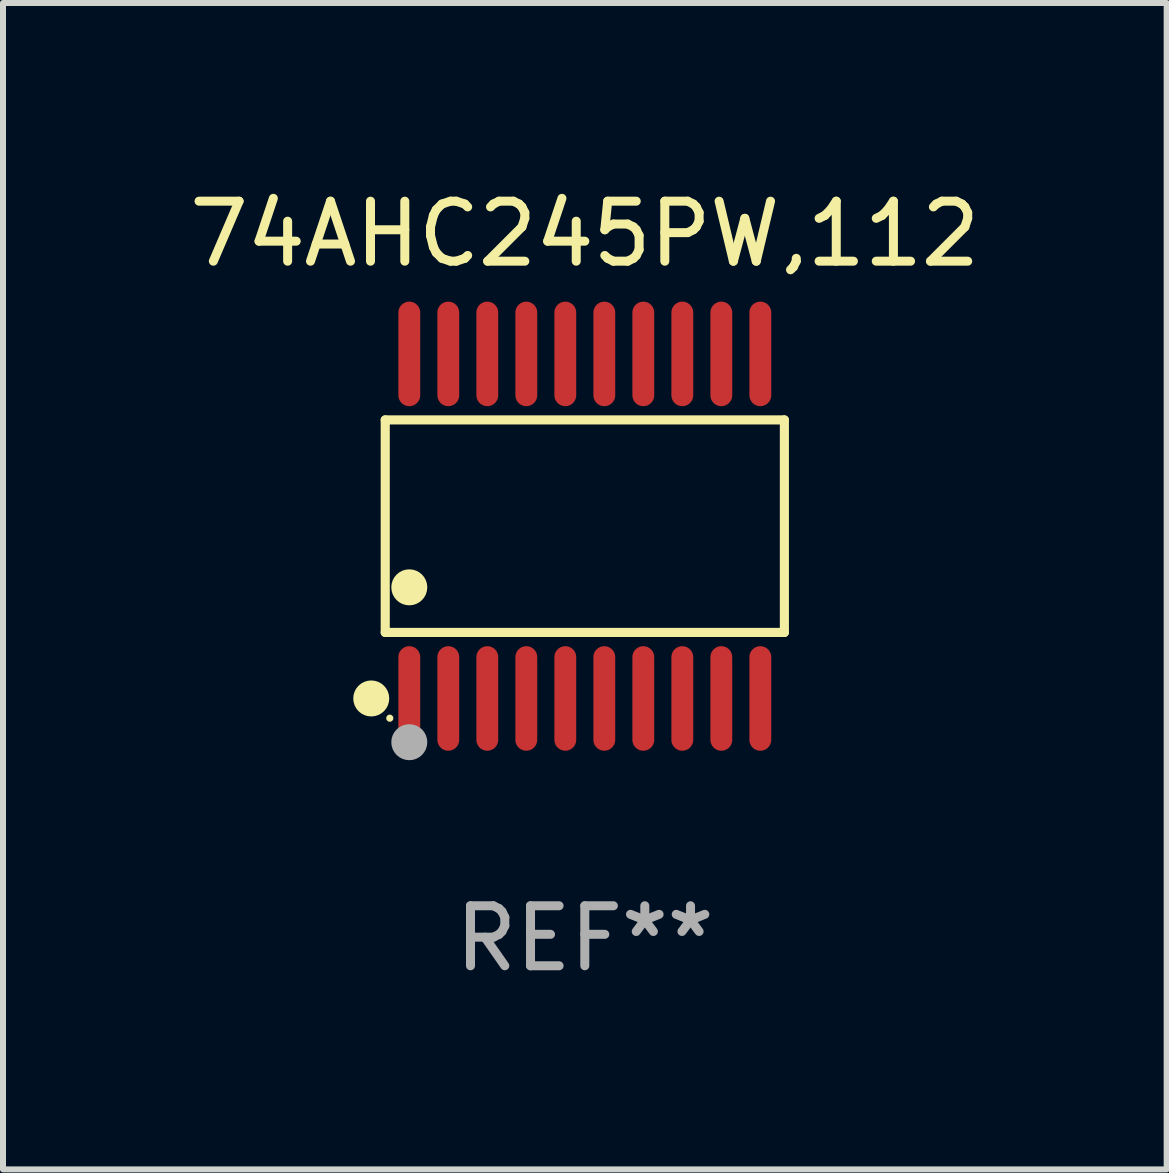
<source format=kicad_pcb>
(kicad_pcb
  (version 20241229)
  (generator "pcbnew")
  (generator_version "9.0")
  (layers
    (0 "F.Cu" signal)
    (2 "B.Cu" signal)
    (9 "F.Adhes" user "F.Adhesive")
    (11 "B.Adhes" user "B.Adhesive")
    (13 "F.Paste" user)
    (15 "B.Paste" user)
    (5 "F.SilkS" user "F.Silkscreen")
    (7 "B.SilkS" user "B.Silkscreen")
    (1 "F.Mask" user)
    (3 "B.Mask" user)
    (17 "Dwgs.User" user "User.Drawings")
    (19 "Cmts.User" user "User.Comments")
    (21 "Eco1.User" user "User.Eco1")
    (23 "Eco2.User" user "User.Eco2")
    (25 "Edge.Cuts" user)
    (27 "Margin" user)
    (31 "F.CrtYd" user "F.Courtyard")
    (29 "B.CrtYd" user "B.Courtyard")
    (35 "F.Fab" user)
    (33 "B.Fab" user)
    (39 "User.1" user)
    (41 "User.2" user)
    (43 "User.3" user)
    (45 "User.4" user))
  (footprint "74AHC245PW,112"
    (layer "F.Cu")
    (at 6.696 5.719)
    (property "Reference" "74AHC245PW,112" (at 0 -4.871 0) (layer "F.SilkS") (effects (font (size 1 1) (thickness 0.15))))
    (attr through_hole)
    (fp_line (start -3.326 -1.771) (end 3.326 -1.771) (stroke (width 0.152) (type solid)) (layer "F.SilkS"))
    (fp_line (start -3.326 1.771) (end -3.326 -1.771) (stroke (width 0.152) (type solid)) (layer "F.SilkS"))
    (fp_line (start 3.326 -1.771) (end 3.326 1.771) (stroke (width 0.152) (type solid)) (layer "F.SilkS"))
    (fp_line (start 3.326 1.771) (end -3.326 1.771) (stroke (width 0.152) (type solid)) (layer "F.SilkS"))
    (fp_circle (center -3.559 2.871) (end -3.409 2.871) (stroke (width 0.3) (type solid)) (fill no) (layer "F.SilkS"))
    (fp_circle (center -3.25 3.2) (end -3.22 3.2) (stroke (width 0.06) (type solid)) (fill no) (layer "F.SilkS"))
    (fp_circle (center -2.925 1.019) (end -2.775 1.019) (stroke (width 0.3) (type solid)) (fill no) (layer "F.SilkS"))
    (fp_circle (center -2.925 3.6) (end -2.775 3.6) (stroke (width 0.3) (type solid)) (fill no) (layer "F.Fab"))
    (fp_text user "REF**" (at 0 6.871 0) (layer "F.Fab") (effects (font (size 1 1) (thickness 0.15))))
    (pad "1" smd oval (at -2.925 2.871) (size 0.364 1.742) (layers "F.Cu" "F.Mask" "F.Paste"))
    (pad "2" smd oval (at -2.275 2.871) (size 0.364 1.742) (layers "F.Cu" "F.Mask" "F.Paste"))
    (pad "3" smd oval (at -1.625 2.871) (size 0.364 1.742) (layers "F.Cu" "F.Mask" "F.Paste"))
    (pad "4" smd oval (at -0.975 2.871) (size 0.364 1.742) (layers "F.Cu" "F.Mask" "F.Paste"))
    (pad "5" smd oval (at -0.325 2.871) (size 0.364 1.742) (layers "F.Cu" "F.Mask" "F.Paste"))
    (pad "6" smd oval (at 0.325 2.871) (size 0.364 1.742) (layers "F.Cu" "F.Mask" "F.Paste"))
    (pad "7" smd oval (at 0.975 2.871) (size 0.364 1.742) (layers "F.Cu" "F.Mask" "F.Paste"))
    (pad "8" smd oval (at 1.625 2.871) (size 0.364 1.742) (layers "F.Cu" "F.Mask" "F.Paste"))
    (pad "9" smd oval (at 2.275 2.871) (size 0.364 1.742) (layers "F.Cu" "F.Mask" "F.Paste"))
    (pad "10" smd oval (at 2.925 2.871) (size 0.364 1.742) (layers "F.Cu" "F.Mask" "F.Paste"))
    (pad "11" smd oval (at 2.925 -2.871) (size 0.364 1.742) (layers "F.Cu" "F.Mask" "F.Paste"))
    (pad "12" smd oval (at 2.275 -2.871) (size 0.364 1.742) (layers "F.Cu" "F.Mask" "F.Paste"))
    (pad "13" smd oval (at 1.625 -2.871) (size 0.364 1.742) (layers "F.Cu" "F.Mask" "F.Paste"))
    (pad "14" smd oval (at 0.975 -2.871) (size 0.364 1.742) (layers "F.Cu" "F.Mask" "F.Paste"))
    (pad "15" smd oval (at 0.325 -2.871) (size 0.364 1.742) (layers "F.Cu" "F.Mask" "F.Paste"))
    (pad "16" smd oval (at -0.325 -2.871) (size 0.364 1.742) (layers "F.Cu" "F.Mask" "F.Paste"))
    (pad "17" smd oval (at -0.975 -2.871) (size 0.364 1.742) (layers "F.Cu" "F.Mask" "F.Paste"))
    (pad "18" smd oval (at -1.625 -2.871) (size 0.364 1.742) (layers "F.Cu" "F.Mask" "F.Paste"))
    (pad "19" smd oval (at -2.275 -2.871) (size 0.364 1.742) (layers "F.Cu" "F.Mask" "F.Paste"))
    (pad "20" smd oval (at -2.925 -2.871) (size 0.364 1.742) (layers "F.Cu" "F.Mask" "F.Paste")))
  (gr_rect
    (start -3 -3)
    (end 16.393 16.438)
    (stroke (width 0.1) (type default))
    (fill no)
    (layer "Edge.Cuts")))
</source>
